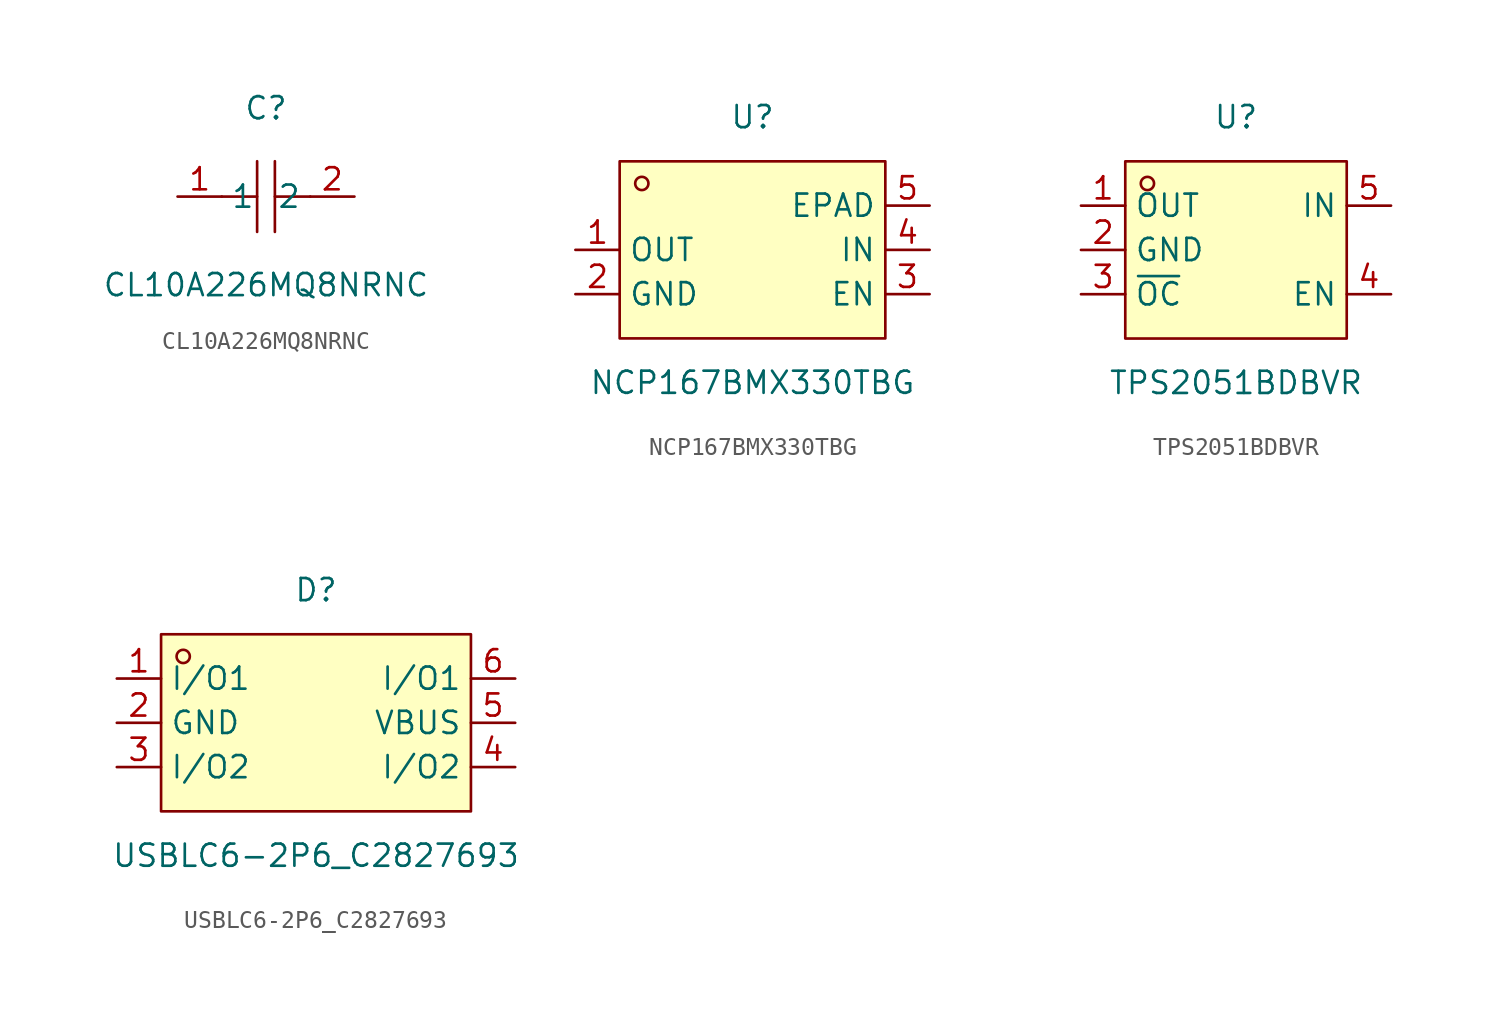
<source format=kicad_sym>
(kicad_symbol_lib
  (version 20231120)
  (generator "kicad_symbol_editor")
  (generator_version "8.0")
  (symbol "CL10A226MQ8NRNC"
    (property "Reference" "C"
      (at 0 5.08 0)
      (effects (font (size 1.27 1.27))))
    (property "Value" "CL10A226MQ8NRNC"
      (at 0 -5.08 0)
      (effects (font (size 1.27 1.27))))
    (symbol "CL10A226MQ8NRNC_0_1"
      (polyline (pts (xy -0.51 -2.03) (xy -0.51 2.03)) (stroke (width 0) (type default)) (fill (type none)))
      (polyline (pts (xy -0.51 0) (xy -2.54 0)) (stroke (width 0) (type default)) (fill (type none)))
      (polyline (pts (xy 0.51 2.03) (xy 0.51 -2.03)) (stroke (width 0) (type default)) (fill (type none)))
      (polyline (pts (xy 2.54 0) (xy 0.51 0)) (stroke (width 0) (type default)) (fill (type none)))
      (pin unspecified line (at -5.08 0 0) (length 2.54) (name "1" (effects (font (size 1.27 1.27)))) (number "1" (effects (font (size 1.27 1.27)))))
      (pin unspecified line (at 5.08 0 180) (length 2.54) (name "2" (effects (font (size 1.27 1.27)))) (number "2" (effects (font (size 1.27 1.27)))))))
  (symbol "NCP167BMX330TBG"
    (property "Reference" "U"
      (at 0 7.62 0)
      (effects (font (size 1.27 1.27))))
    (property "Value" "NCP167BMX330TBG"
      (at 0 -7.62 0)
      (effects (font (size 1.27 1.27))))
    (symbol "NCP167BMX330TBG_0_1"
      (rectangle (start -7.62 5.08) (end 7.62 -5.08) (stroke (width 0) (type default)) (fill (type background)))
      (circle (center -6.35 3.81) (radius 0.38) (stroke (width 0) (type default)) (fill (type none)))
      (pin unspecified line (at -10.16 0 0) (length 2.54) (name "OUT" (effects (font (size 1.27 1.27)))) (number "1" (effects (font (size 1.27 1.27)))))
      (pin unspecified line (at -10.16 -2.54 0) (length 2.54) (name "GND" (effects (font (size 1.27 1.27)))) (number "2" (effects (font (size 1.27 1.27)))))
      (pin unspecified line (at 10.16 -2.54 180) (length 2.54) (name "EN" (effects (font (size 1.27 1.27)))) (number "3" (effects (font (size 1.27 1.27)))))
      (pin unspecified line (at 10.16 0 180) (length 2.54) (name "IN" (effects (font (size 1.27 1.27)))) (number "4" (effects (font (size 1.27 1.27)))))
      (pin unspecified line (at 10.16 2.54 180) (length 2.54) (name "EPAD" (effects (font (size 1.27 1.27)))) (number "5" (effects (font (size 1.27 1.27)))))))
  (symbol "TPS2051BDBVR"
    (property "Reference" "U"
      (at 0 7.62 0)
      (effects (font (size 1.27 1.27))))
    (property "Value" "TPS2051BDBVR"
      (at 0 -7.62 0)
      (effects (font (size 1.27 1.27))))
    (symbol "TPS2051BDBVR_0_1"
      (rectangle (start -6.35 5.08) (end 6.35 -5.08) (stroke (width 0) (type default)) (fill (type background)))
      (circle (center -5.08 3.81) (radius 0.38) (stroke (width 0) (type default)) (fill (type none)))
      (pin unspecified line (at -8.89 2.54 0) (length 2.54) (name "OUT" (effects (font (size 1.27 1.27)))) (number "1" (effects (font (size 1.27 1.27)))))
      (pin unspecified line (at -8.89 0 0) (length 2.54) (name "GND" (effects (font (size 1.27 1.27)))) (number "2" (effects (font (size 1.27 1.27)))))
      (pin unspecified line (at -8.89 -2.54 0) (length 2.54) (name "~{OC}" (effects (font (size 1.27 1.27)))) (number "3" (effects (font (size 1.27 1.27)))))
      (pin unspecified line (at 8.89 -2.54 180) (length 2.54) (name "EN" (effects (font (size 1.27 1.27)))) (number "4" (effects (font (size 1.27 1.27)))))
      (pin unspecified line (at 8.89 2.54 180) (length 2.54) (name "IN" (effects (font (size 1.27 1.27)))) (number "5" (effects (font (size 1.27 1.27)))))))
  (symbol "USBLC6-2P6_C2827693"
    (property "Reference" "D"
      (at 0 7.62 0)
      (effects (font (size 1.27 1.27))))
    (property "Value" "USBLC6-2P6_C2827693"
      (at 0 -7.62 0)
      (effects (font (size 1.27 1.27))))
    (symbol "USBLC6-2P6_C2827693_0_1"
      (rectangle (start -8.89 5.08) (end 8.89 -5.08) (stroke (width 0) (type default)) (fill (type background)))
      (circle (center -7.62 3.81) (radius 0.38) (stroke (width 0) (type default)) (fill (type none)))
      (pin unspecified line (at -11.43 2.54 0) (length 2.54) (name "I/O1" (effects (font (size 1.27 1.27)))) (number "1" (effects (font (size 1.27 1.27)))))
      (pin unspecified line (at -11.43 0 0) (length 2.54) (name "GND" (effects (font (size 1.27 1.27)))) (number "2" (effects (font (size 1.27 1.27)))))
      (pin unspecified line (at -11.43 -2.54 0) (length 2.54) (name "I/O2" (effects (font (size 1.27 1.27)))) (number "3" (effects (font (size 1.27 1.27)))))
      (pin unspecified line (at 11.43 -2.54 180) (length 2.54) (name "I/O2" (effects (font (size 1.27 1.27)))) (number "4" (effects (font (size 1.27 1.27)))))
      (pin unspecified line (at 11.43 0 180) (length 2.54) (name "VBUS" (effects (font (size 1.27 1.27)))) (number "5" (effects (font (size 1.27 1.27)))))
      (pin unspecified line (at 11.43 2.54 180) (length 2.54) (name "I/O1" (effects (font (size 1.27 1.27)))) (number "6" (effects (font (size 1.27 1.27))))))))
</source>
